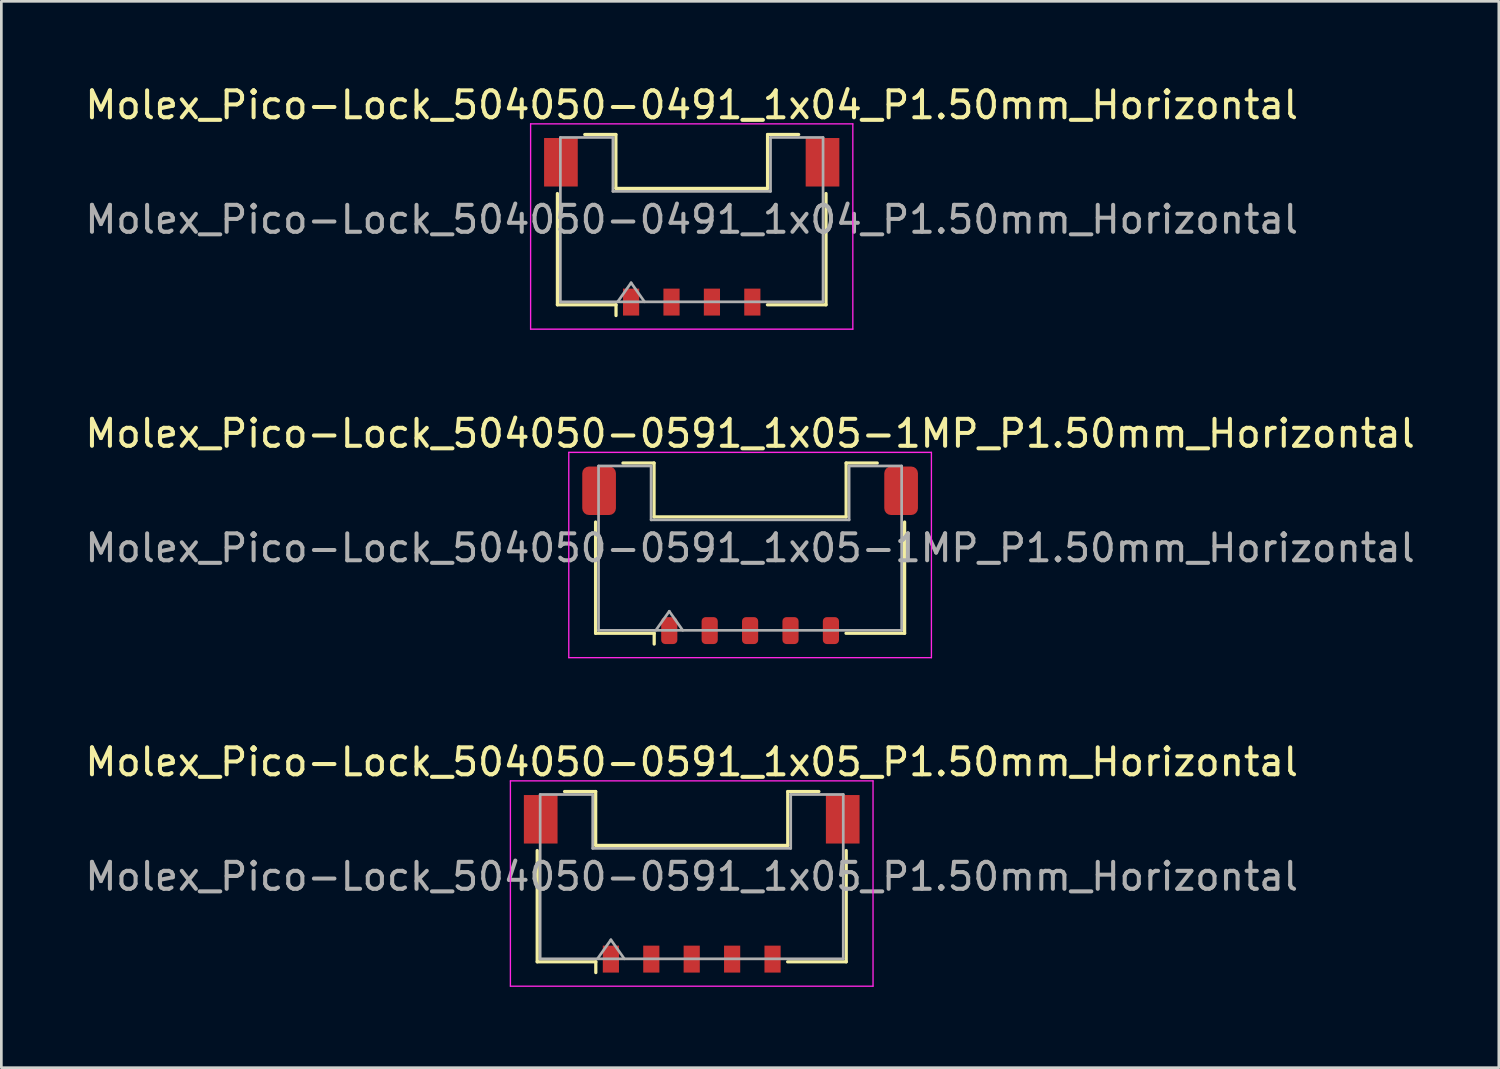
<source format=kicad_pcb>
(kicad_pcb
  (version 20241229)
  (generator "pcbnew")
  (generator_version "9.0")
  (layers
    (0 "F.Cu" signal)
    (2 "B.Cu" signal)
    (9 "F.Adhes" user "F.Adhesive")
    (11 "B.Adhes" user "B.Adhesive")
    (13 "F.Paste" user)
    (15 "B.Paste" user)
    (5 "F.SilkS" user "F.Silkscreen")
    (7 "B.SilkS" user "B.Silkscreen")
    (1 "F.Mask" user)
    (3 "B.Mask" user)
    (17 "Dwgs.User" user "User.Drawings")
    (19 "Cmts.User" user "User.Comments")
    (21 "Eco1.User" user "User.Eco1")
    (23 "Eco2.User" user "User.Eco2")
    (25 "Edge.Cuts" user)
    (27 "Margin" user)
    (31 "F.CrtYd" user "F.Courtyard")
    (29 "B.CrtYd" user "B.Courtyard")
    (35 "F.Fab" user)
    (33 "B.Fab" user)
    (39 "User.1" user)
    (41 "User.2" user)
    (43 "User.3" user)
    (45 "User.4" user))
  (footprint "Molex_Pico-Lock_504050-0591_1x05_P1.50mm_Horizontal"
    (layer "F.Cu")
    (at 22.625 29.755)
    (property "Reference" "Molex_Pico-Lock_504050-0591_1x05_P1.50mm_Horizontal" (at 0 -4.52 0) (layer "F.SilkS") (effects (font (size 1 1) (thickness 0.15))))
    (attr smd)
    (fp_line (start -5.735 -1.235) (end -5.735 2.895) (stroke (width 0.12) (type solid)) (layer "F.SilkS"))
    (fp_line (start -5.735 2.895) (end -3.56 2.895) (stroke (width 0.12) (type solid)) (layer "F.SilkS"))
    (fp_line (start -4.72 -3.425) (end -3.565 -3.425) (stroke (width 0.12) (type solid)) (layer "F.SilkS"))
    (fp_line (start -3.565 -3.425) (end -3.565 -1.425) (stroke (width 0.12) (type solid)) (layer "F.SilkS"))
    (fp_line (start -3.565 -1.425) (end 3.565 -1.425) (stroke (width 0.12) (type solid)) (layer "F.SilkS"))
    (fp_line (start -3.56 2.895) (end -3.56 3.295) (stroke (width 0.12) (type solid)) (layer "F.SilkS"))
    (fp_line (start 3.565 -3.425) (end 4.72 -3.425) (stroke (width 0.12) (type solid)) (layer "F.SilkS"))
    (fp_line (start 3.565 -1.425) (end 3.565 -3.425) (stroke (width 0.12) (type solid)) (layer "F.SilkS"))
    (fp_line (start 5.735 -1.235) (end 5.735 2.895) (stroke (width 0.12) (type solid)) (layer "F.SilkS"))
    (fp_line (start 5.735 2.895) (end 3.56 2.895) (stroke (width 0.12) (type solid)) (layer "F.SilkS"))
    (fp_line (start -6.73 -3.82) (end -6.73 3.8) (stroke (width 0.05) (type solid)) (layer "F.CrtYd"))
    (fp_line (start -6.73 3.8) (end 6.73 3.8) (stroke (width 0.05) (type solid)) (layer "F.CrtYd"))
    (fp_line (start 6.73 -3.82) (end -6.73 -3.82) (stroke (width 0.05) (type solid)) (layer "F.CrtYd"))
    (fp_line (start 6.73 3.8) (end 6.73 -3.82) (stroke (width 0.05) (type solid)) (layer "F.CrtYd"))
    (fp_line (start -5.625 -3.315) (end -3.675 -3.315) (stroke (width 0.1) (type solid)) (layer "F.Fab"))
    (fp_line (start -5.625 2.785) (end -5.625 -3.315) (stroke (width 0.1) (type solid)) (layer "F.Fab"))
    (fp_line (start -5.625 2.785) (end 5.625 2.785) (stroke (width 0.1) (type solid)) (layer "F.Fab"))
    (fp_line (start -3.675 -3.315) (end -3.675 -1.315) (stroke (width 0.1) (type solid)) (layer "F.Fab"))
    (fp_line (start -3.675 -1.315) (end 3.675 -1.315) (stroke (width 0.1) (type solid)) (layer "F.Fab"))
    (fp_line (start -3.5 2.785) (end -3 2.078) (stroke (width 0.1) (type solid)) (layer "F.Fab"))
    (fp_line (start -3 2.078) (end -2.5 2.785) (stroke (width 0.1) (type solid)) (layer "F.Fab"))
    (fp_line (start 3.675 -3.315) (end 5.625 -3.315) (stroke (width 0.1) (type solid)) (layer "F.Fab"))
    (fp_line (start 3.675 -1.315) (end 3.675 -3.315) (stroke (width 0.1) (type solid)) (layer "F.Fab"))
    (fp_line (start 5.625 2.785) (end 5.625 -3.315) (stroke (width 0.1) (type solid)) (layer "F.Fab"))
    (fp_text user "${REFERENCE}" (at 0 -0.27 0) (layer "F.Fab") (effects (font (size 1 1) (thickness 0.15))))
    (pad "" smd rect (at -5.605 -2.395) (size 1.25 1.8) (layers "F.Cu" "F.Mask" "F.Paste"))
    (pad "" smd rect (at 5.605 -2.395) (size 1.25 1.8) (layers "F.Cu" "F.Mask" "F.Paste"))
    (pad "1" smd rect (at -3 2.795) (size 0.6 1) (layers "F.Cu" "F.Mask" "F.Paste"))
    (pad "2" smd rect (at -1.5 2.795) (size 0.6 1) (layers "F.Cu" "F.Mask" "F.Paste"))
    (pad "3" smd rect (at 0 2.795) (size 0.6 1) (layers "F.Cu" "F.Mask" "F.Paste"))
    (pad "4" smd rect (at 1.5 2.795) (size 0.6 1) (layers "F.Cu" "F.Mask" "F.Paste"))
    (pad "5" smd rect (at 3 2.795) (size 0.6 1) (layers "F.Cu" "F.Mask" "F.Paste")))
  (footprint "Molex_Pico-Lock_504050-0591_1x05-1MP_P1.50mm_Horizontal"
    (layer "F.Cu")
    (at 24.792 17.561)
    (property "Reference" "Molex_Pico-Lock_504050-0591_1x05-1MP_P1.50mm_Horizontal" (at 0 -4.52 0) (layer "F.SilkS") (effects (font (size 1 1) (thickness 0.15))))
    (attr smd)
    (fp_line (start -5.735 -1.235) (end -5.735 2.895) (stroke (width 0.12) (type solid)) (layer "F.SilkS"))
    (fp_line (start -5.735 2.895) (end -3.56 2.895) (stroke (width 0.12) (type solid)) (layer "F.SilkS"))
    (fp_line (start -4.72 -3.425) (end -3.565 -3.425) (stroke (width 0.12) (type solid)) (layer "F.SilkS"))
    (fp_line (start -3.565 -3.425) (end -3.565 -1.425) (stroke (width 0.12) (type solid)) (layer "F.SilkS"))
    (fp_line (start -3.565 -1.425) (end 3.565 -1.425) (stroke (width 0.12) (type solid)) (layer "F.SilkS"))
    (fp_line (start -3.56 2.895) (end -3.56 3.295) (stroke (width 0.12) (type solid)) (layer "F.SilkS"))
    (fp_line (start 3.565 -3.425) (end 4.72 -3.425) (stroke (width 0.12) (type solid)) (layer "F.SilkS"))
    (fp_line (start 3.565 -1.425) (end 3.565 -3.425) (stroke (width 0.12) (type solid)) (layer "F.SilkS"))
    (fp_line (start 5.735 -1.235) (end 5.735 2.895) (stroke (width 0.12) (type solid)) (layer "F.SilkS"))
    (fp_line (start 5.735 2.895) (end 3.56 2.895) (stroke (width 0.12) (type solid)) (layer "F.SilkS"))
    (fp_line (start -6.73 -3.82) (end -6.73 3.8) (stroke (width 0.05) (type solid)) (layer "F.CrtYd"))
    (fp_line (start -6.73 3.8) (end 6.73 3.8) (stroke (width 0.05) (type solid)) (layer "F.CrtYd"))
    (fp_line (start 6.73 -3.82) (end -6.73 -3.82) (stroke (width 0.05) (type solid)) (layer "F.CrtYd"))
    (fp_line (start 6.73 3.8) (end 6.73 -3.82) (stroke (width 0.05) (type solid)) (layer "F.CrtYd"))
    (fp_line (start -5.625 -3.315) (end -3.675 -3.315) (stroke (width 0.1) (type solid)) (layer "F.Fab"))
    (fp_line (start -5.625 2.785) (end -5.625 -3.315) (stroke (width 0.1) (type solid)) (layer "F.Fab"))
    (fp_line (start -5.625 2.785) (end 5.625 2.785) (stroke (width 0.1) (type solid)) (layer "F.Fab"))
    (fp_line (start -3.675 -3.315) (end -3.675 -1.315) (stroke (width 0.1) (type solid)) (layer "F.Fab"))
    (fp_line (start -3.675 -1.315) (end 3.675 -1.315) (stroke (width 0.1) (type solid)) (layer "F.Fab"))
    (fp_line (start -3.5 2.785) (end -3 2.078) (stroke (width 0.1) (type solid)) (layer "F.Fab"))
    (fp_line (start -3 2.078) (end -2.5 2.785) (stroke (width 0.1) (type solid)) (layer "F.Fab"))
    (fp_line (start 3.675 -3.315) (end 5.625 -3.315) (stroke (width 0.1) (type solid)) (layer "F.Fab"))
    (fp_line (start 3.675 -1.315) (end 3.675 -3.315) (stroke (width 0.1) (type solid)) (layer "F.Fab"))
    (fp_line (start 5.625 2.785) (end 5.625 -3.315) (stroke (width 0.1) (type solid)) (layer "F.Fab"))
    (fp_text user "${REFERENCE}" (at 0 -0.27 0) (layer "F.Fab") (effects (font (size 1 1) (thickness 0.15))))
    (pad "1" smd roundrect (at -3 2.795) (size 0.6 1) (layers "F.Cu" "F.Mask" "F.Paste") (roundrect_rratio 0.25))
    (pad "2" smd roundrect (at -1.5 2.795) (size 0.6 1) (layers "F.Cu" "F.Mask" "F.Paste") (roundrect_rratio 0.25))
    (pad "3" smd roundrect (at 0 2.795) (size 0.6 1) (layers "F.Cu" "F.Mask" "F.Paste") (roundrect_rratio 0.25))
    (pad "4" smd roundrect (at 1.5 2.795) (size 0.6 1) (layers "F.Cu" "F.Mask" "F.Paste") (roundrect_rratio 0.25))
    (pad "5" smd roundrect (at 3 2.795) (size 0.6 1) (layers "F.Cu" "F.Mask" "F.Paste") (roundrect_rratio 0.25))
    (pad "MP" smd roundrect (at -5.605 -2.395) (size 1.25 1.8) (layers "F.Cu" "F.Mask" "F.Paste") (roundrect_rratio 0.2))
    (pad "MP" smd roundrect (at 5.605 -2.395) (size 1.25 1.8) (layers "F.Cu" "F.Mask" "F.Paste") (roundrect_rratio 0.2)))
  (footprint "Molex_Pico-Lock_504050-0491_1x04_P1.50mm_Horizontal"
    (layer "F.Cu")
    (at 22.625 5.368)
    (property "Reference" "Molex_Pico-Lock_504050-0491_1x04_P1.50mm_Horizontal" (at 0 -4.52 0) (layer "F.SilkS") (effects (font (size 1 1) (thickness 0.15))))
    (attr smd)
    (fp_line (start -4.985 -1.235) (end -4.985 2.895) (stroke (width 0.12) (type solid)) (layer "F.SilkS"))
    (fp_line (start -4.985 2.895) (end -2.81 2.895) (stroke (width 0.12) (type solid)) (layer "F.SilkS"))
    (fp_line (start -3.97 -3.425) (end -2.815 -3.425) (stroke (width 0.12) (type solid)) (layer "F.SilkS"))
    (fp_line (start -2.815 -3.425) (end -2.815 -1.425) (stroke (width 0.12) (type solid)) (layer "F.SilkS"))
    (fp_line (start -2.815 -1.425) (end 2.815 -1.425) (stroke (width 0.12) (type solid)) (layer "F.SilkS"))
    (fp_line (start -2.81 2.895) (end -2.81 3.295) (stroke (width 0.12) (type solid)) (layer "F.SilkS"))
    (fp_line (start 2.815 -3.425) (end 3.97 -3.425) (stroke (width 0.12) (type solid)) (layer "F.SilkS"))
    (fp_line (start 2.815 -1.425) (end 2.815 -3.425) (stroke (width 0.12) (type solid)) (layer "F.SilkS"))
    (fp_line (start 4.985 -1.235) (end 4.985 2.895) (stroke (width 0.12) (type solid)) (layer "F.SilkS"))
    (fp_line (start 4.985 2.895) (end 2.81 2.895) (stroke (width 0.12) (type solid)) (layer "F.SilkS"))
    (fp_line (start -5.98 -3.82) (end -5.98 3.8) (stroke (width 0.05) (type solid)) (layer "F.CrtYd"))
    (fp_line (start -5.98 3.8) (end 5.98 3.8) (stroke (width 0.05) (type solid)) (layer "F.CrtYd"))
    (fp_line (start 5.98 -3.82) (end -5.98 -3.82) (stroke (width 0.05) (type solid)) (layer "F.CrtYd"))
    (fp_line (start 5.98 3.8) (end 5.98 -3.82) (stroke (width 0.05) (type solid)) (layer "F.CrtYd"))
    (fp_line (start -4.875 -3.315) (end -2.925 -3.315) (stroke (width 0.1) (type solid)) (layer "F.Fab"))
    (fp_line (start -4.875 2.785) (end -4.875 -3.315) (stroke (width 0.1) (type solid)) (layer "F.Fab"))
    (fp_line (start -4.875 2.785) (end 4.875 2.785) (stroke (width 0.1) (type solid)) (layer "F.Fab"))
    (fp_line (start -2.925 -3.315) (end -2.925 -1.315) (stroke (width 0.1) (type solid)) (layer "F.Fab"))
    (fp_line (start -2.925 -1.315) (end 2.925 -1.315) (stroke (width 0.1) (type solid)) (layer "F.Fab"))
    (fp_line (start -2.75 2.785) (end -2.25 2.078) (stroke (width 0.1) (type solid)) (layer "F.Fab"))
    (fp_line (start -2.25 2.078) (end -1.75 2.785) (stroke (width 0.1) (type solid)) (layer "F.Fab"))
    (fp_line (start 2.925 -3.315) (end 4.875 -3.315) (stroke (width 0.1) (type solid)) (layer "F.Fab"))
    (fp_line (start 2.925 -1.315) (end 2.925 -3.315) (stroke (width 0.1) (type solid)) (layer "F.Fab"))
    (fp_line (start 4.875 2.785) (end 4.875 -3.315) (stroke (width 0.1) (type solid)) (layer "F.Fab"))
    (fp_text user "${REFERENCE}" (at 0 -0.27 0) (layer "F.Fab") (effects (font (size 1 1) (thickness 0.15))))
    (pad "" smd rect (at -4.855 -2.395) (size 1.25 1.8) (layers "F.Cu" "F.Mask" "F.Paste"))
    (pad "" smd rect (at 4.855 -2.395) (size 1.25 1.8) (layers "F.Cu" "F.Mask" "F.Paste"))
    (pad "1" smd rect (at -2.25 2.795) (size 0.6 1) (layers "F.Cu" "F.Mask" "F.Paste"))
    (pad "2" smd rect (at -0.75 2.795) (size 0.6 1) (layers "F.Cu" "F.Mask" "F.Paste"))
    (pad "3" smd rect (at 0.75 2.795) (size 0.6 1) (layers "F.Cu" "F.Mask" "F.Paste"))
    (pad "4" smd rect (at 2.25 2.795) (size 0.6 1) (layers "F.Cu" "F.Mask" "F.Paste")))
  (gr_rect
    (start -3 -3)
    (end 52.583 36.58)
    (stroke (width 0.1) (type default))
    (fill no)
    (layer "Edge.Cuts")))
</source>
